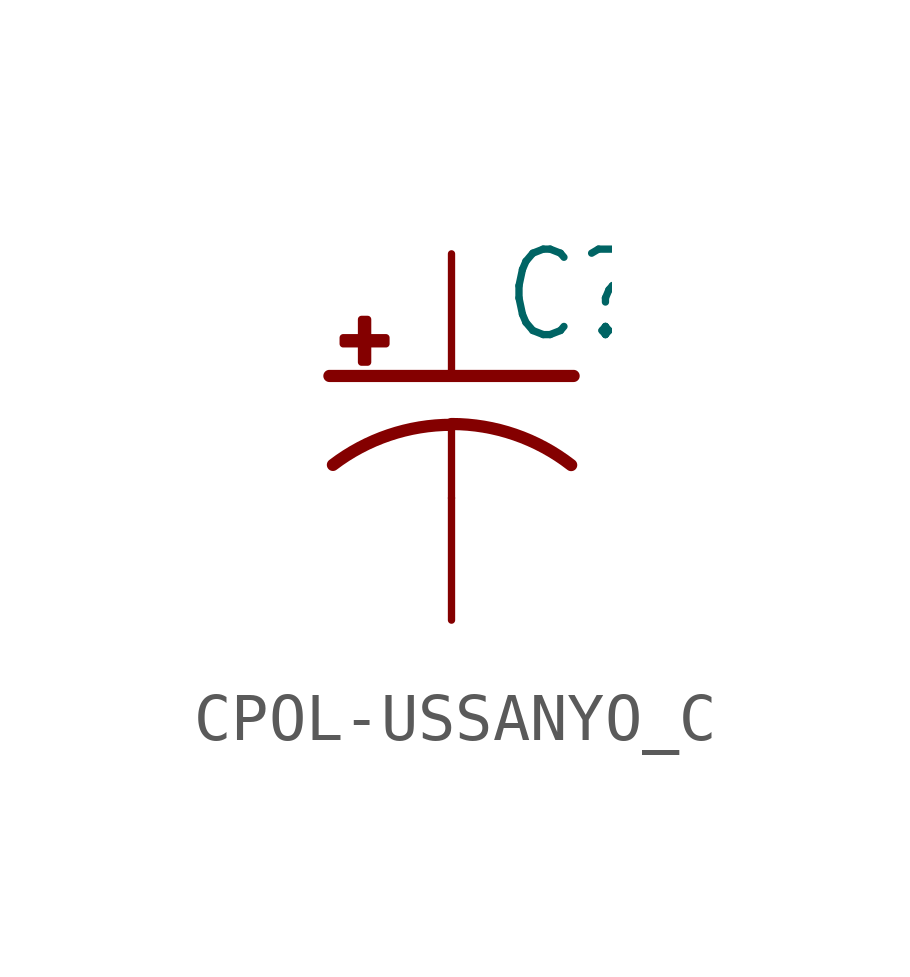
<source format=kicad_sym>
(kicad_symbol_lib
  (version 20231120)
  (generator "kicad_symbol_editor")
  (generator_version "8.0")
  (symbol "CPOL-USSANYO_C"
    (property "Reference" "C"
      (at 1.016 0.635 0)
      (effects (font (size 1.778 1.511)) (justify left bottom)))
    (property "Value" ""
      (at 1.016 -4.191 0)
      (effects (font (size 1.778 1.511)) (justify left bottom)))
    (property "ki_locked" ""
      (at 0 0 0)
      (effects (font (size 1.27 1.27))))
    (symbol "CPOL-USSANYO_C_1_0"
      (rectangle (start -2.253 0.668) (end -1.364 0.795) (stroke (width 0) (type default)) (fill (type outline)))
      (rectangle (start -1.872 0.287) (end -1.745 1.176) (stroke (width 0) (type default)) (fill (type outline)))
      (arc (start 0 -1.0161) (mid -1.3021 -1.2303) (end -2.4669 -1.8504) (stroke (width 0.254) (type solid)) (fill (type none)))
      (polyline (pts (xy -2.54 0) (xy 2.54 0)) (stroke (width 0.254) (type solid)) (fill (type none)))
      (polyline (pts (xy 0 -1.016) (xy 0 -2.54)) (stroke (width 0.152) (type solid)) (fill (type none)))
      (arc (start 2.4892 -1.8541) (mid 1.3158 -1.2194) (end 0 -1) (stroke (width 0.254) (type solid)) (fill (type none)))
      (pin passive line (at 0 2.54 270) (length 2.54) (name "+" (effects (font (size 0 0)))) (number "+" (effects (font (size 0 0)))))
      (pin passive line (at 0 -5.08 90) (length 2.54) (name "-" (effects (font (size 0 0)))) (number "-" (effects (font (size 0 0))))))))
</source>
